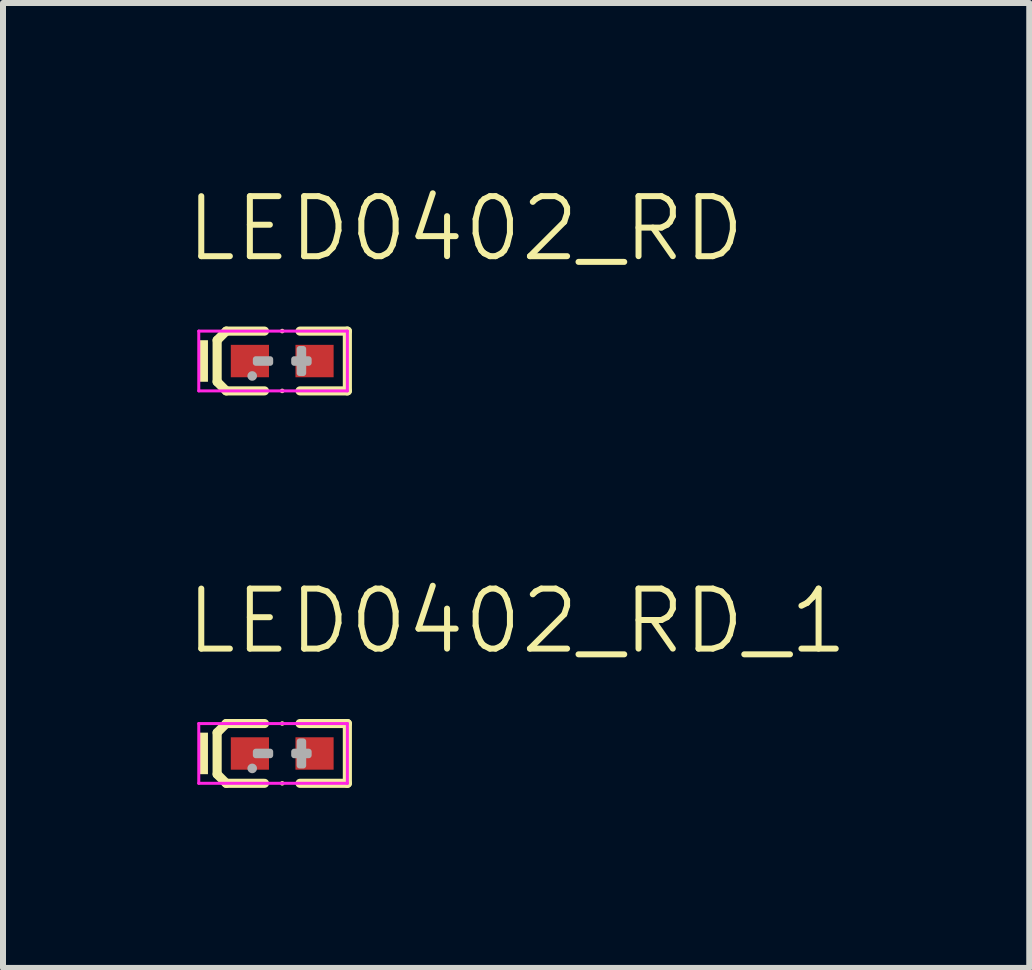
<source format=kicad_pcb>
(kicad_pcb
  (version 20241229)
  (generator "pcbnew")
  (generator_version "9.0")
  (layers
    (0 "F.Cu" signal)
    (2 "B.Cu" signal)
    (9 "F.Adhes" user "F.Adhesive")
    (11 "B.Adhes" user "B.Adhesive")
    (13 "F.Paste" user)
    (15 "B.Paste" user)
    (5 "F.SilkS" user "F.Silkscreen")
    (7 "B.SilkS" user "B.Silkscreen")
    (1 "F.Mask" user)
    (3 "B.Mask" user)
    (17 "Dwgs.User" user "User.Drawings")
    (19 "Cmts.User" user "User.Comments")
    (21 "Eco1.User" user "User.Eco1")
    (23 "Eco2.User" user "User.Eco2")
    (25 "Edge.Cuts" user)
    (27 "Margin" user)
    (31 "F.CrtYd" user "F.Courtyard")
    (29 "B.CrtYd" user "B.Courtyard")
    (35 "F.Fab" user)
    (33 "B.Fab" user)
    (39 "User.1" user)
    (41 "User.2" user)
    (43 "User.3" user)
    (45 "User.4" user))
  (footprint "LED0402_RD"
    (layer "F.Cu")
    (at 1.5 2.965)
    (property "Reference" "LED0402_RD" (at -1.5 -2.204 0) (layer "F.SilkS") (effects (font (size 1 1) (thickness 0.1)) (justify left)))
    (fp_line (start -0.932 -0.346) (end -0.78 -0.498) (stroke (width 0.152) (type solid)) (layer "F.SilkS"))
    (fp_line (start -0.932 0.346) (end -0.932 -0.346) (stroke (width 0.152) (type solid)) (layer "F.SilkS"))
    (fp_line (start -0.78 -0.498) (end -0.143 -0.498) (stroke (width 0.152) (type solid)) (layer "F.SilkS"))
    (fp_line (start -0.78 0.498) (end -0.932 0.346) (stroke (width 0.152) (type solid)) (layer "F.SilkS"))
    (fp_line (start -0.143 0.498) (end -0.78 0.498) (stroke (width 0.152) (type solid)) (layer "F.SilkS"))
    (fp_line (start 0.449 0.498) (end 1.238 0.498) (stroke (width 0.152) (type solid)) (layer "F.SilkS"))
    (fp_line (start 1.238 -0.498) (end 0.449 -0.498) (stroke (width 0.152) (type solid)) (layer "F.SilkS"))
    (fp_line (start 1.238 0.498) (end 1.238 -0.498) (stroke (width 0.152) (type solid)) (layer "F.SilkS"))
    (fp_poly (pts (xy -1.085 0.346) (xy -1.085 -0.346) (xy -1.238 -0.346) (xy -1.238 0.346)) (stroke (width 0) (type solid)) (fill yes) (layer "F.SilkS"))
    (fp_poly (pts (xy 0.191 -0.498) (xy 0.19 -0.506) (xy 0.188 -0.513) (xy 0.184 -0.52) (xy 0.179 -0.525) (xy 0.174 -0.53) (xy 0.167 -0.534) (xy 0.16 -0.536) (xy 0.152 -0.536) (xy 0.145 -0.536) (xy 0.138 -0.534) (xy 0.131 -0.53) (xy 0.126 -0.525) (xy 0.121 -0.52) (xy 0.117 -0.513) (xy 0.115 -0.506) (xy 0.115 -0.498) (xy 0.115 -0.491) (xy 0.117 -0.484) (xy 0.121 -0.477) (xy 0.126 -0.472) (xy 0.131 -0.467) (xy 0.138 -0.463) (xy 0.145 -0.461) (xy 0.152 -0.461) (xy 0.16 -0.461) (xy 0.167 -0.463) (xy 0.174 -0.467) (xy 0.179 -0.472) (xy 0.184 -0.477) (xy 0.188 -0.484) (xy 0.19 -0.491)) (stroke (width 0) (type solid)) (fill yes) (layer "F.SilkS"))
    (fp_poly (pts (xy 0.191 0.498) (xy 0.19 0.491) (xy 0.188 0.484) (xy 0.184 0.477) (xy 0.179 0.472) (xy 0.174 0.467) (xy 0.167 0.463) (xy 0.16 0.461) (xy 0.152 0.461) (xy 0.145 0.461) (xy 0.138 0.463) (xy 0.131 0.467) (xy 0.126 0.472) (xy 0.121 0.477) (xy 0.117 0.484) (xy 0.115 0.491) (xy 0.115 0.498) (xy 0.115 0.506) (xy 0.117 0.513) (xy 0.121 0.52) (xy 0.126 0.525) (xy 0.131 0.53) (xy 0.138 0.534) (xy 0.145 0.536) (xy 0.152 0.536) (xy 0.16 0.536) (xy 0.167 0.534) (xy 0.174 0.53) (xy 0.179 0.525) (xy 0.184 0.52) (xy 0.188 0.513) (xy 0.19 0.506)) (stroke (width 0) (type solid)) (fill yes) (layer "F.SilkS"))
    (fp_poly (pts (xy -0.045 0.231) (xy -0.045 -0.23) (xy -0.086 -0.27) (xy -0.663 -0.27) (xy -0.704 -0.23) (xy -0.704 0.231) (xy -0.663 0.271) (xy -0.086 0.271)) (stroke (width 0) (type solid)) (fill yes) (layer "F.Paste"))
    (fp_poly (pts (xy 0.35 0.231) (xy 0.35 -0.23) (xy 0.391 -0.27) (xy 0.97 -0.27) (xy 1.01 -0.23) (xy 1.01 0.231) (xy 0.97 0.271) (xy 0.391 0.271)) (stroke (width 0) (type solid)) (fill yes) (layer "F.Paste"))
    (fp_line (start -1.238 -0.498) (end -1.238 0.498) (stroke (width 0.05) (type solid)) (layer "F.CrtYd"))
    (fp_line (start -1.238 0.498) (end 1.238 0.498) (stroke (width 0.05) (type solid)) (layer "F.CrtYd"))
    (fp_line (start 1.238 -0.498) (end -1.238 -0.498) (stroke (width 0.05) (type solid)) (layer "F.CrtYd"))
    (fp_line (start 1.238 0.498) (end 1.238 -0.498) (stroke (width 0.05) (type solid)) (layer "F.CrtYd"))
    (fp_poly (pts (xy -0.287 0.03) (xy -0.287 -0.029) (xy -0.048 -0.029) (xy -0.048 0.03)) (stroke (width 0.1) (type solid)) (fill no) (layer "F.Fab"))
    (fp_poly (pts (xy 0.502 0.201) (xy 0.502 -0.2) (xy 0.443 -0.2) (xy 0.443 0.201)) (stroke (width 0.1) (type solid)) (fill no) (layer "F.Fab"))
    (fp_poly (pts (xy 0.593 0.03) (xy 0.593 -0.029) (xy 0.352 -0.029) (xy 0.352 0.03)) (stroke (width 0.1) (type solid)) (fill no) (layer "F.Fab"))
    (fp_poly (pts (xy -0.318 0.249) (xy -0.318 0.244) (xy -0.32 0.238) (xy -0.323 0.233) (xy -0.326 0.228) (xy -0.331 0.225) (xy -0.336 0.222) (xy -0.342 0.22) (xy -0.347 0.22) (xy -0.353 0.22) (xy -0.359 0.222) (xy -0.364 0.225) (xy -0.369 0.228) (xy -0.372 0.233) (xy -0.375 0.238) (xy -0.377 0.244) (xy -0.378 0.249) (xy -0.377 0.255) (xy -0.375 0.261) (xy -0.372 0.266) (xy -0.369 0.271) (xy -0.364 0.274) (xy -0.359 0.277) (xy -0.353 0.279) (xy -0.347 0.28) (xy -0.342 0.279) (xy -0.336 0.277) (xy -0.331 0.274) (xy -0.326 0.271) (xy -0.323 0.266) (xy -0.32 0.261) (xy -0.318 0.255)) (stroke (width 0.1) (type solid)) (fill no) (layer "F.Fab"))
    (pad "1" smd rect (at -0.386 0.001) (size 0.636 0.54) (layers "F.Cu" "F.Mask"))
    (pad "2" smd rect (at 0.691 0.001) (size 0.636 0.54) (layers "F.Cu" "F.Mask")))
  (footprint "LED0402_RD_1"
    (layer "F.Cu")
    (at 1.5 9.504)
    (property "Reference" "LED0402_RD_1" (at -1.5 -2.204 0) (layer "F.SilkS") (effects (font (size 1 1) (thickness 0.1)) (justify left)))
    (fp_line (start -0.932 -0.346) (end -0.78 -0.498) (stroke (width 0.152) (type solid)) (layer "F.SilkS"))
    (fp_line (start -0.932 0.346) (end -0.932 -0.346) (stroke (width 0.152) (type solid)) (layer "F.SilkS"))
    (fp_line (start -0.78 -0.498) (end -0.143 -0.498) (stroke (width 0.152) (type solid)) (layer "F.SilkS"))
    (fp_line (start -0.78 0.498) (end -0.932 0.346) (stroke (width 0.152) (type solid)) (layer "F.SilkS"))
    (fp_line (start -0.143 0.498) (end -0.78 0.498) (stroke (width 0.152) (type solid)) (layer "F.SilkS"))
    (fp_line (start 0.449 0.498) (end 1.238 0.498) (stroke (width 0.152) (type solid)) (layer "F.SilkS"))
    (fp_line (start 1.238 -0.498) (end 0.449 -0.498) (stroke (width 0.152) (type solid)) (layer "F.SilkS"))
    (fp_line (start 1.238 0.498) (end 1.238 -0.498) (stroke (width 0.152) (type solid)) (layer "F.SilkS"))
    (fp_poly (pts (xy -1.085 0.346) (xy -1.085 -0.346) (xy -1.238 -0.346) (xy -1.238 0.346)) (stroke (width 0) (type solid)) (fill yes) (layer "F.SilkS"))
    (fp_poly (pts (xy 0.191 -0.498) (xy 0.19 -0.506) (xy 0.188 -0.513) (xy 0.184 -0.52) (xy 0.179 -0.525) (xy 0.174 -0.53) (xy 0.167 -0.534) (xy 0.16 -0.536) (xy 0.152 -0.536) (xy 0.145 -0.536) (xy 0.138 -0.534) (xy 0.131 -0.53) (xy 0.126 -0.525) (xy 0.121 -0.52) (xy 0.117 -0.513) (xy 0.115 -0.506) (xy 0.115 -0.498) (xy 0.115 -0.491) (xy 0.117 -0.484) (xy 0.121 -0.477) (xy 0.126 -0.472) (xy 0.131 -0.467) (xy 0.138 -0.463) (xy 0.145 -0.461) (xy 0.152 -0.461) (xy 0.16 -0.461) (xy 0.167 -0.463) (xy 0.174 -0.467) (xy 0.179 -0.472) (xy 0.184 -0.477) (xy 0.188 -0.484) (xy 0.19 -0.491)) (stroke (width 0) (type solid)) (fill yes) (layer "F.SilkS"))
    (fp_poly (pts (xy 0.191 0.498) (xy 0.19 0.491) (xy 0.188 0.484) (xy 0.184 0.477) (xy 0.179 0.472) (xy 0.174 0.467) (xy 0.167 0.463) (xy 0.16 0.461) (xy 0.152 0.461) (xy 0.145 0.461) (xy 0.138 0.463) (xy 0.131 0.467) (xy 0.126 0.472) (xy 0.121 0.477) (xy 0.117 0.484) (xy 0.115 0.491) (xy 0.115 0.498) (xy 0.115 0.506) (xy 0.117 0.513) (xy 0.121 0.52) (xy 0.126 0.525) (xy 0.131 0.53) (xy 0.138 0.534) (xy 0.145 0.536) (xy 0.152 0.536) (xy 0.16 0.536) (xy 0.167 0.534) (xy 0.174 0.53) (xy 0.179 0.525) (xy 0.184 0.52) (xy 0.188 0.513) (xy 0.19 0.506)) (stroke (width 0) (type solid)) (fill yes) (layer "F.SilkS"))
    (fp_poly (pts (xy -0.045 0.231) (xy -0.045 -0.23) (xy -0.086 -0.27) (xy -0.663 -0.27) (xy -0.704 -0.23) (xy -0.704 0.231) (xy -0.663 0.271) (xy -0.086 0.271)) (stroke (width 0) (type solid)) (fill yes) (layer "F.Paste"))
    (fp_poly (pts (xy 0.35 0.231) (xy 0.35 -0.23) (xy 0.391 -0.27) (xy 0.97 -0.27) (xy 1.01 -0.23) (xy 1.01 0.231) (xy 0.97 0.271) (xy 0.391 0.271)) (stroke (width 0) (type solid)) (fill yes) (layer "F.Paste"))
    (fp_line (start -1.238 -0.498) (end -1.238 0.498) (stroke (width 0.05) (type solid)) (layer "F.CrtYd"))
    (fp_line (start -1.238 0.498) (end 1.238 0.498) (stroke (width 0.05) (type solid)) (layer "F.CrtYd"))
    (fp_line (start 1.238 -0.498) (end -1.238 -0.498) (stroke (width 0.05) (type solid)) (layer "F.CrtYd"))
    (fp_line (start 1.238 0.498) (end 1.238 -0.498) (stroke (width 0.05) (type solid)) (layer "F.CrtYd"))
    (fp_poly (pts (xy -0.287 0.03) (xy -0.287 -0.029) (xy -0.048 -0.029) (xy -0.048 0.03)) (stroke (width 0.1) (type solid)) (fill no) (layer "F.Fab"))
    (fp_poly (pts (xy 0.502 0.201) (xy 0.502 -0.2) (xy 0.443 -0.2) (xy 0.443 0.201)) (stroke (width 0.1) (type solid)) (fill no) (layer "F.Fab"))
    (fp_poly (pts (xy 0.593 0.03) (xy 0.593 -0.029) (xy 0.352 -0.029) (xy 0.352 0.03)) (stroke (width 0.1) (type solid)) (fill no) (layer "F.Fab"))
    (fp_poly (pts (xy -0.318 0.249) (xy -0.318 0.244) (xy -0.32 0.238) (xy -0.323 0.233) (xy -0.326 0.228) (xy -0.331 0.225) (xy -0.336 0.222) (xy -0.342 0.22) (xy -0.347 0.22) (xy -0.353 0.22) (xy -0.359 0.222) (xy -0.364 0.225) (xy -0.369 0.228) (xy -0.372 0.233) (xy -0.375 0.238) (xy -0.377 0.244) (xy -0.378 0.249) (xy -0.377 0.255) (xy -0.375 0.261) (xy -0.372 0.266) (xy -0.369 0.271) (xy -0.364 0.274) (xy -0.359 0.277) (xy -0.353 0.279) (xy -0.347 0.28) (xy -0.342 0.279) (xy -0.336 0.277) (xy -0.331 0.274) (xy -0.326 0.271) (xy -0.323 0.266) (xy -0.32 0.261) (xy -0.318 0.255)) (stroke (width 0.1) (type solid)) (fill no) (layer "F.Fab"))
    (pad "1" smd rect (at -0.386 0.001) (size 0.636 0.54) (layers "F.Cu" "F.Mask"))
    (pad "2" smd rect (at 0.691 0.001) (size 0.636 0.54) (layers "F.Cu" "F.Mask")))
  (gr_rect
    (start -3 -3)
    (end 14.1 13.078)
    (stroke (width 0.1) (type default))
    (fill no)
    (layer "Edge.Cuts")))
</source>
